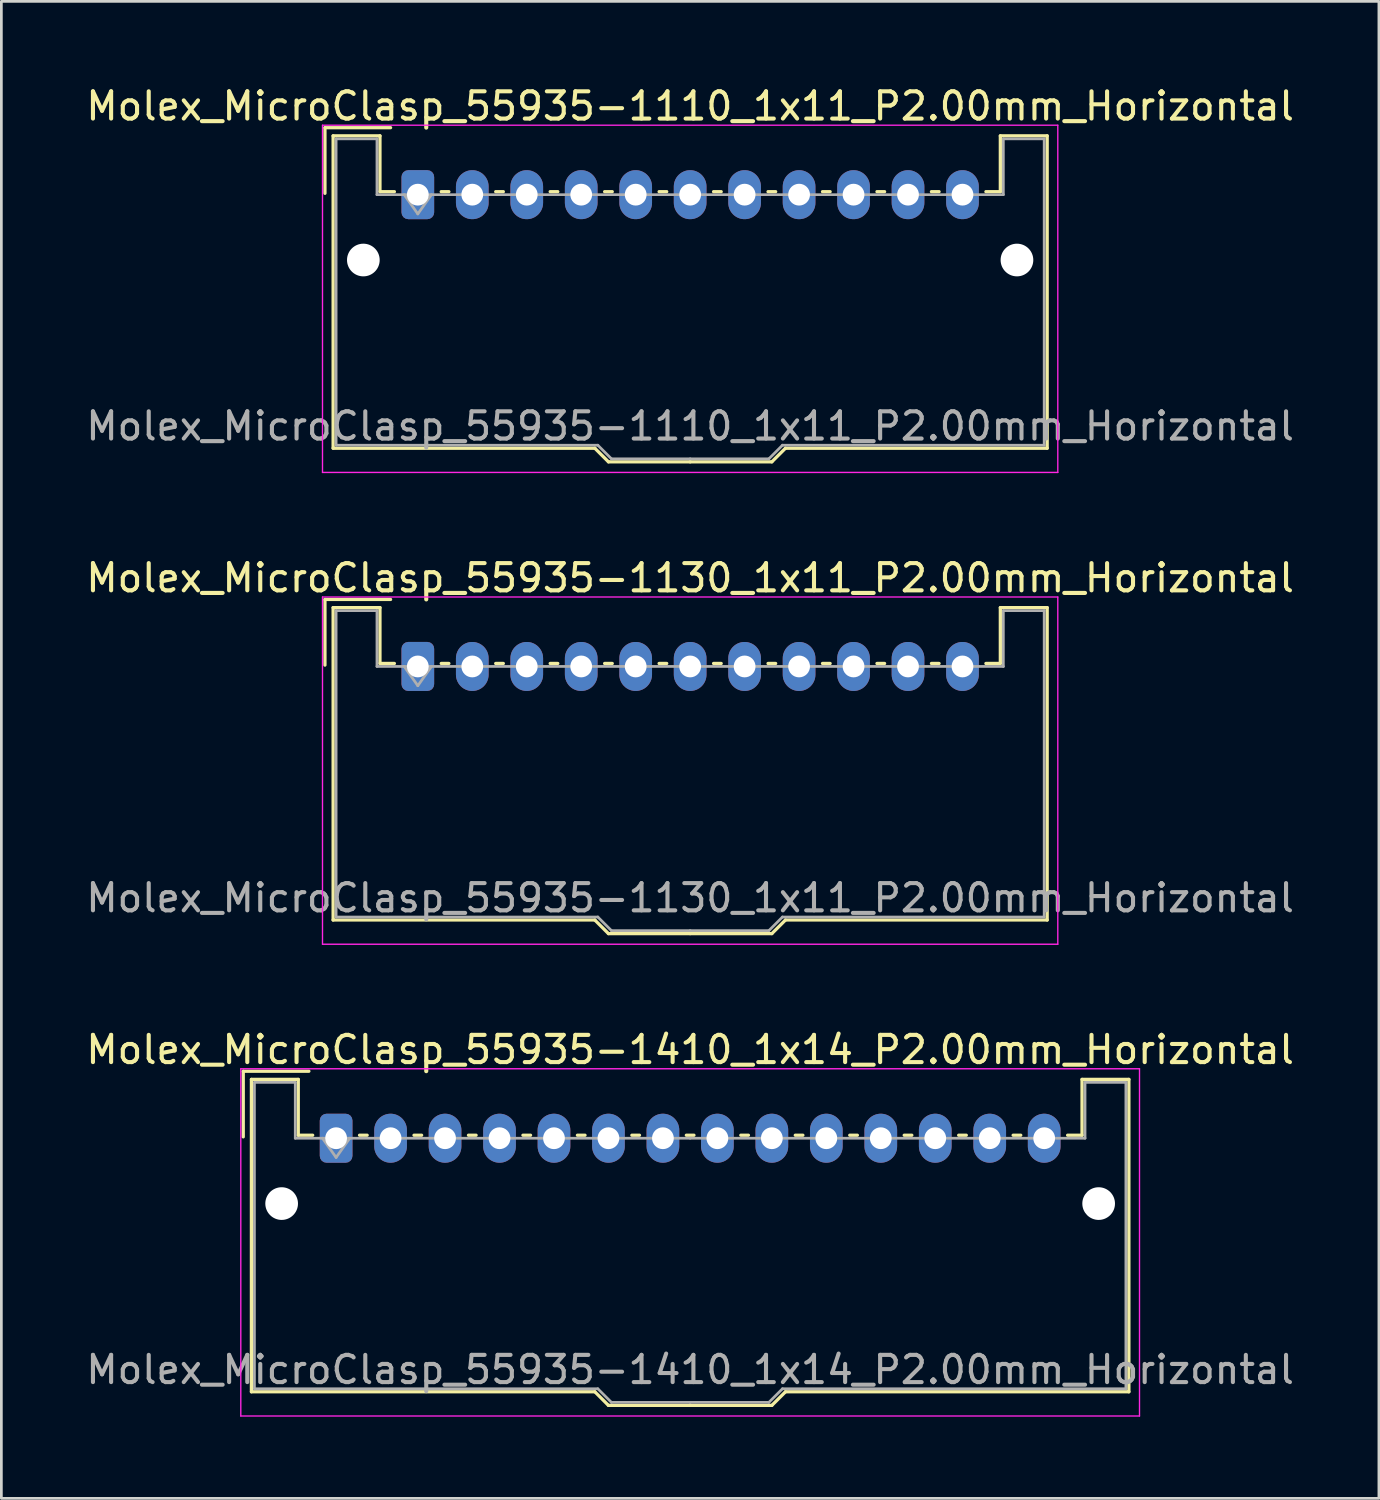
<source format=kicad_pcb>
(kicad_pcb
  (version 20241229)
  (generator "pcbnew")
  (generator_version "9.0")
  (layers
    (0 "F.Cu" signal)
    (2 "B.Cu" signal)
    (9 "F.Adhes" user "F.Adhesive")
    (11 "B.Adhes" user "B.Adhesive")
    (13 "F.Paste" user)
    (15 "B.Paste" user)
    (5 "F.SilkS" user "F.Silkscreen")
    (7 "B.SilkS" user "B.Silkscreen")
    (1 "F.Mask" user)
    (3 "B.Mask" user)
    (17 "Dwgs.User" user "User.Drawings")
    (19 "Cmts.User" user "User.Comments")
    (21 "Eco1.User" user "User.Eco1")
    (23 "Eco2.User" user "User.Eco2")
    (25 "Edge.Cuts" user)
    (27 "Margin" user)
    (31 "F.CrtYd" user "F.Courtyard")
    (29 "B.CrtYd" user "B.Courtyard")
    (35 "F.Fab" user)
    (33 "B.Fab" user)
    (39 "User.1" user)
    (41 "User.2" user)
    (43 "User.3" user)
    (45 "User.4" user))
  (footprint "Molex_MicroClasp_55935-1110_1x11_P2.00mm_Horizontal"
    (layer "F.Cu")
    (at 12.292 4.098)
    (property "Reference" "Molex_MicroClasp_55935-1110_1x11_P2.00mm_Horizontal" (at 10 -3.25 0) (layer "F.SilkS") (effects (font (size 1 1) (thickness 0.15))))
    (attr through_hole)
    (fp_line (start -3.41 -2.46) (end -1 -2.46) (stroke (width 0.12) (type solid)) (layer "F.SilkS"))
    (fp_line (start -3.41 -0.05) (end -3.41 -2.46) (stroke (width 0.12) (type solid)) (layer "F.SilkS"))
    (fp_line (start -3.11 -2.16) (end -1.39 -2.16) (stroke (width 0.12) (type solid)) (layer "F.SilkS"))
    (fp_line (start -3.11 9.31) (end -3.11 -2.16) (stroke (width 0.12) (type solid)) (layer "F.SilkS"))
    (fp_line (start -1.39 -2.16) (end -1.39 -0.11) (stroke (width 0.12) (type solid)) (layer "F.SilkS"))
    (fp_line (start -1.39 -0.11) (end -0.86 -0.11) (stroke (width 0.12) (type solid)) (layer "F.SilkS"))
    (fp_line (start 0.86 -0.11) (end 1.14 -0.11) (stroke (width 0.12) (type solid)) (layer "F.SilkS"))
    (fp_line (start 2.86 -0.11) (end 3.14 -0.11) (stroke (width 0.12) (type solid)) (layer "F.SilkS"))
    (fp_line (start 4.86 -0.11) (end 5.14 -0.11) (stroke (width 0.12) (type solid)) (layer "F.SilkS"))
    (fp_line (start 6.5 9.31) (end -3.11 9.31) (stroke (width 0.12) (type solid)) (layer "F.SilkS"))
    (fp_line (start 6.86 -0.11) (end 7.14 -0.11) (stroke (width 0.12) (type solid)) (layer "F.SilkS"))
    (fp_line (start 7 9.81) (end 6.5 9.31) (stroke (width 0.12) (type solid)) (layer "F.SilkS"))
    (fp_line (start 8.86 -0.11) (end 9.14 -0.11) (stroke (width 0.12) (type solid)) (layer "F.SilkS"))
    (fp_line (start 10 9.81) (end 7 9.81) (stroke (width 0.12) (type solid)) (layer "F.SilkS"))
    (fp_line (start 10 9.81) (end 13 9.81) (stroke (width 0.12) (type solid)) (layer "F.SilkS"))
    (fp_line (start 10.86 -0.11) (end 11.14 -0.11) (stroke (width 0.12) (type solid)) (layer "F.SilkS"))
    (fp_line (start 12.86 -0.11) (end 13.14 -0.11) (stroke (width 0.12) (type solid)) (layer "F.SilkS"))
    (fp_line (start 13 9.81) (end 13.5 9.31) (stroke (width 0.12) (type solid)) (layer "F.SilkS"))
    (fp_line (start 13.5 9.31) (end 23.11 9.31) (stroke (width 0.12) (type solid)) (layer "F.SilkS"))
    (fp_line (start 14.86 -0.11) (end 15.14 -0.11) (stroke (width 0.12) (type solid)) (layer "F.SilkS"))
    (fp_line (start 16.86 -0.11) (end 17.14 -0.11) (stroke (width 0.12) (type solid)) (layer "F.SilkS"))
    (fp_line (start 18.86 -0.11) (end 19.14 -0.11) (stroke (width 0.12) (type solid)) (layer "F.SilkS"))
    (fp_line (start 21.39 -2.16) (end 21.39 -0.11) (stroke (width 0.12) (type solid)) (layer "F.SilkS"))
    (fp_line (start 21.39 -0.11) (end 20.86 -0.11) (stroke (width 0.12) (type solid)) (layer "F.SilkS"))
    (fp_line (start 23.11 -2.16) (end 21.39 -2.16) (stroke (width 0.12) (type solid)) (layer "F.SilkS"))
    (fp_line (start 23.11 9.31) (end 23.11 -2.16) (stroke (width 0.12) (type solid)) (layer "F.SilkS"))
    (fp_line (start -3.5 -2.55) (end -3.5 10.2) (stroke (width 0.05) (type solid)) (layer "F.CrtYd"))
    (fp_line (start -3.5 10.2) (end 23.5 10.2) (stroke (width 0.05) (type solid)) (layer "F.CrtYd"))
    (fp_line (start 23.5 -2.55) (end -3.5 -2.55) (stroke (width 0.05) (type solid)) (layer "F.CrtYd"))
    (fp_line (start 23.5 10.2) (end 23.5 -2.55) (stroke (width 0.05) (type solid)) (layer "F.CrtYd"))
    (fp_line (start -3 -2.05) (end -1.5 -2.05) (stroke (width 0.1) (type solid)) (layer "F.Fab"))
    (fp_line (start -3 9.2) (end -3 -2.05) (stroke (width 0.1) (type solid)) (layer "F.Fab"))
    (fp_line (start -1.5 -2.05) (end -1.5 0) (stroke (width 0.1) (type solid)) (layer "F.Fab"))
    (fp_line (start -1.5 0) (end 10 0) (stroke (width 0.1) (type solid)) (layer "F.Fab"))
    (fp_line (start -0.5 0) (end 0 0.707) (stroke (width 0.1) (type solid)) (layer "F.Fab"))
    (fp_line (start 0 0.707) (end 0.5 0) (stroke (width 0.1) (type solid)) (layer "F.Fab"))
    (fp_line (start 6.61 9.2) (end -3 9.2) (stroke (width 0.1) (type solid)) (layer "F.Fab"))
    (fp_line (start 7.11 9.7) (end 6.61 9.2) (stroke (width 0.1) (type solid)) (layer "F.Fab"))
    (fp_line (start 10 9.7) (end 7.11 9.7) (stroke (width 0.1) (type solid)) (layer "F.Fab"))
    (fp_line (start 10 9.7) (end 12.89 9.7) (stroke (width 0.1) (type solid)) (layer "F.Fab"))
    (fp_line (start 12.89 9.7) (end 13.39 9.2) (stroke (width 0.1) (type solid)) (layer "F.Fab"))
    (fp_line (start 13.39 9.2) (end 23 9.2) (stroke (width 0.1) (type solid)) (layer "F.Fab"))
    (fp_line (start 21.5 -2.05) (end 21.5 0) (stroke (width 0.1) (type solid)) (layer "F.Fab"))
    (fp_line (start 21.5 0) (end 10 0) (stroke (width 0.1) (type solid)) (layer "F.Fab"))
    (fp_line (start 23 -2.05) (end 21.5 -2.05) (stroke (width 0.1) (type solid)) (layer "F.Fab"))
    (fp_line (start 23 9.2) (end 23 -2.05) (stroke (width 0.1) (type solid)) (layer "F.Fab"))
    (fp_text user "${REFERENCE}" (at 10 8.5 0) (layer "F.Fab") (effects (font (size 1 1) (thickness 0.15))))
    (pad "" np_thru_hole circle (at -2 2.4) (size 1.2 1.2) (drill 1.2) (layers "*.Cu" "*.Mask"))
    (pad "" np_thru_hole circle (at 22 2.4) (size 1.2 1.2) (drill 1.2) (layers "*.Cu" "*.Mask"))
    (pad "1" thru_hole roundrect (at 0 0) (size 1.2 1.8) (drill 0.8) (layers "*.Cu" "*.Mask") (roundrect_rratio 0.208))
    (pad "2" thru_hole oval (at 2 0) (size 1.2 1.8) (drill 0.8) (layers "*.Cu" "*.Mask"))
    (pad "3" thru_hole oval (at 4 0) (size 1.2 1.8) (drill 0.8) (layers "*.Cu" "*.Mask"))
    (pad "4" thru_hole oval (at 6 0) (size 1.2 1.8) (drill 0.8) (layers "*.Cu" "*.Mask"))
    (pad "5" thru_hole oval (at 8 0) (size 1.2 1.8) (drill 0.8) (layers "*.Cu" "*.Mask"))
    (pad "6" thru_hole oval (at 10 0) (size 1.2 1.8) (drill 0.8) (layers "*.Cu" "*.Mask"))
    (pad "7" thru_hole oval (at 12 0) (size 1.2 1.8) (drill 0.8) (layers "*.Cu" "*.Mask"))
    (pad "8" thru_hole oval (at 14 0) (size 1.2 1.8) (drill 0.8) (layers "*.Cu" "*.Mask"))
    (pad "9" thru_hole oval (at 16 0) (size 1.2 1.8) (drill 0.8) (layers "*.Cu" "*.Mask"))
    (pad "10" thru_hole oval (at 18 0) (size 1.2 1.8) (drill 0.8) (layers "*.Cu" "*.Mask"))
    (pad "11" thru_hole oval (at 20 0) (size 1.2 1.8) (drill 0.8) (layers "*.Cu" "*.Mask")))
  (footprint "Molex_MicroClasp_55935-1410_1x14_P2.00mm_Horizontal"
    (layer "F.Cu")
    (at 9.292 38.745)
    (property "Reference" "Molex_MicroClasp_55935-1410_1x14_P2.00mm_Horizontal" (at 13 -3.25 0) (layer "F.SilkS") (effects (font (size 1 1) (thickness 0.15))))
    (attr through_hole)
    (fp_line (start -3.41 -2.46) (end -1 -2.46) (stroke (width 0.12) (type solid)) (layer "F.SilkS"))
    (fp_line (start -3.41 -0.05) (end -3.41 -2.46) (stroke (width 0.12) (type solid)) (layer "F.SilkS"))
    (fp_line (start -3.11 -2.16) (end -1.39 -2.16) (stroke (width 0.12) (type solid)) (layer "F.SilkS"))
    (fp_line (start -3.11 9.31) (end -3.11 -2.16) (stroke (width 0.12) (type solid)) (layer "F.SilkS"))
    (fp_line (start -1.39 -2.16) (end -1.39 -0.11) (stroke (width 0.12) (type solid)) (layer "F.SilkS"))
    (fp_line (start -1.39 -0.11) (end -0.86 -0.11) (stroke (width 0.12) (type solid)) (layer "F.SilkS"))
    (fp_line (start 0.86 -0.11) (end 1.14 -0.11) (stroke (width 0.12) (type solid)) (layer "F.SilkS"))
    (fp_line (start 2.86 -0.11) (end 3.14 -0.11) (stroke (width 0.12) (type solid)) (layer "F.SilkS"))
    (fp_line (start 4.86 -0.11) (end 5.14 -0.11) (stroke (width 0.12) (type solid)) (layer "F.SilkS"))
    (fp_line (start 6.86 -0.11) (end 7.14 -0.11) (stroke (width 0.12) (type solid)) (layer "F.SilkS"))
    (fp_line (start 8.86 -0.11) (end 9.14 -0.11) (stroke (width 0.12) (type solid)) (layer "F.SilkS"))
    (fp_line (start 9.5 9.31) (end -3.11 9.31) (stroke (width 0.12) (type solid)) (layer "F.SilkS"))
    (fp_line (start 10 9.81) (end 9.5 9.31) (stroke (width 0.12) (type solid)) (layer "F.SilkS"))
    (fp_line (start 10.86 -0.11) (end 11.14 -0.11) (stroke (width 0.12) (type solid)) (layer "F.SilkS"))
    (fp_line (start 12.86 -0.11) (end 13.14 -0.11) (stroke (width 0.12) (type solid)) (layer "F.SilkS"))
    (fp_line (start 13 9.81) (end 10 9.81) (stroke (width 0.12) (type solid)) (layer "F.SilkS"))
    (fp_line (start 13 9.81) (end 16 9.81) (stroke (width 0.12) (type solid)) (layer "F.SilkS"))
    (fp_line (start 14.86 -0.11) (end 15.14 -0.11) (stroke (width 0.12) (type solid)) (layer "F.SilkS"))
    (fp_line (start 16 9.81) (end 16.5 9.31) (stroke (width 0.12) (type solid)) (layer "F.SilkS"))
    (fp_line (start 16.5 9.31) (end 29.11 9.31) (stroke (width 0.12) (type solid)) (layer "F.SilkS"))
    (fp_line (start 16.86 -0.11) (end 17.14 -0.11) (stroke (width 0.12) (type solid)) (layer "F.SilkS"))
    (fp_line (start 18.86 -0.11) (end 19.14 -0.11) (stroke (width 0.12) (type solid)) (layer "F.SilkS"))
    (fp_line (start 20.86 -0.11) (end 21.14 -0.11) (stroke (width 0.12) (type solid)) (layer "F.SilkS"))
    (fp_line (start 22.86 -0.11) (end 23.14 -0.11) (stroke (width 0.12) (type solid)) (layer "F.SilkS"))
    (fp_line (start 24.86 -0.11) (end 25.14 -0.11) (stroke (width 0.12) (type solid)) (layer "F.SilkS"))
    (fp_line (start 27.39 -2.16) (end 27.39 -0.11) (stroke (width 0.12) (type solid)) (layer "F.SilkS"))
    (fp_line (start 27.39 -0.11) (end 26.86 -0.11) (stroke (width 0.12) (type solid)) (layer "F.SilkS"))
    (fp_line (start 29.11 -2.16) (end 27.39 -2.16) (stroke (width 0.12) (type solid)) (layer "F.SilkS"))
    (fp_line (start 29.11 9.31) (end 29.11 -2.16) (stroke (width 0.12) (type solid)) (layer "F.SilkS"))
    (fp_line (start -3.5 -2.55) (end -3.5 10.2) (stroke (width 0.05) (type solid)) (layer "F.CrtYd"))
    (fp_line (start -3.5 10.2) (end 29.5 10.2) (stroke (width 0.05) (type solid)) (layer "F.CrtYd"))
    (fp_line (start 29.5 -2.55) (end -3.5 -2.55) (stroke (width 0.05) (type solid)) (layer "F.CrtYd"))
    (fp_line (start 29.5 10.2) (end 29.5 -2.55) (stroke (width 0.05) (type solid)) (layer "F.CrtYd"))
    (fp_line (start -3 -2.05) (end -1.5 -2.05) (stroke (width 0.1) (type solid)) (layer "F.Fab"))
    (fp_line (start -3 9.2) (end -3 -2.05) (stroke (width 0.1) (type solid)) (layer "F.Fab"))
    (fp_line (start -1.5 -2.05) (end -1.5 0) (stroke (width 0.1) (type solid)) (layer "F.Fab"))
    (fp_line (start -1.5 0) (end 13 0) (stroke (width 0.1) (type solid)) (layer "F.Fab"))
    (fp_line (start -0.5 0) (end 0 0.707) (stroke (width 0.1) (type solid)) (layer "F.Fab"))
    (fp_line (start 0 0.707) (end 0.5 0) (stroke (width 0.1) (type solid)) (layer "F.Fab"))
    (fp_line (start 9.61 9.2) (end -3 9.2) (stroke (width 0.1) (type solid)) (layer "F.Fab"))
    (fp_line (start 10.11 9.7) (end 9.61 9.2) (stroke (width 0.1) (type solid)) (layer "F.Fab"))
    (fp_line (start 13 9.7) (end 10.11 9.7) (stroke (width 0.1) (type solid)) (layer "F.Fab"))
    (fp_line (start 13 9.7) (end 15.89 9.7) (stroke (width 0.1) (type solid)) (layer "F.Fab"))
    (fp_line (start 15.89 9.7) (end 16.39 9.2) (stroke (width 0.1) (type solid)) (layer "F.Fab"))
    (fp_line (start 16.39 9.2) (end 29 9.2) (stroke (width 0.1) (type solid)) (layer "F.Fab"))
    (fp_line (start 27.5 -2.05) (end 27.5 0) (stroke (width 0.1) (type solid)) (layer "F.Fab"))
    (fp_line (start 27.5 0) (end 13 0) (stroke (width 0.1) (type solid)) (layer "F.Fab"))
    (fp_line (start 29 -2.05) (end 27.5 -2.05) (stroke (width 0.1) (type solid)) (layer "F.Fab"))
    (fp_line (start 29 9.2) (end 29 -2.05) (stroke (width 0.1) (type solid)) (layer "F.Fab"))
    (fp_text user "${REFERENCE}" (at 13 8.5 0) (layer "F.Fab") (effects (font (size 1 1) (thickness 0.15))))
    (pad "" np_thru_hole circle (at -2 2.4) (size 1.2 1.2) (drill 1.2) (layers "*.Cu" "*.Mask"))
    (pad "" np_thru_hole circle (at 28 2.4) (size 1.2 1.2) (drill 1.2) (layers "*.Cu" "*.Mask"))
    (pad "1" thru_hole roundrect (at 0 0) (size 1.2 1.8) (drill 0.8) (layers "*.Cu" "*.Mask") (roundrect_rratio 0.208))
    (pad "2" thru_hole oval (at 2 0) (size 1.2 1.8) (drill 0.8) (layers "*.Cu" "*.Mask"))
    (pad "3" thru_hole oval (at 4 0) (size 1.2 1.8) (drill 0.8) (layers "*.Cu" "*.Mask"))
    (pad "4" thru_hole oval (at 6 0) (size 1.2 1.8) (drill 0.8) (layers "*.Cu" "*.Mask"))
    (pad "5" thru_hole oval (at 8 0) (size 1.2 1.8) (drill 0.8) (layers "*.Cu" "*.Mask"))
    (pad "6" thru_hole oval (at 10 0) (size 1.2 1.8) (drill 0.8) (layers "*.Cu" "*.Mask"))
    (pad "7" thru_hole oval (at 12 0) (size 1.2 1.8) (drill 0.8) (layers "*.Cu" "*.Mask"))
    (pad "8" thru_hole oval (at 14 0) (size 1.2 1.8) (drill 0.8) (layers "*.Cu" "*.Mask"))
    (pad "9" thru_hole oval (at 16 0) (size 1.2 1.8) (drill 0.8) (layers "*.Cu" "*.Mask"))
    (pad "10" thru_hole oval (at 18 0) (size 1.2 1.8) (drill 0.8) (layers "*.Cu" "*.Mask"))
    (pad "11" thru_hole oval (at 20 0) (size 1.2 1.8) (drill 0.8) (layers "*.Cu" "*.Mask"))
    (pad "12" thru_hole oval (at 22 0) (size 1.2 1.8) (drill 0.8) (layers "*.Cu" "*.Mask"))
    (pad "13" thru_hole oval (at 24 0) (size 1.2 1.8) (drill 0.8) (layers "*.Cu" "*.Mask"))
    (pad "14" thru_hole oval (at 26 0) (size 1.2 1.8) (drill 0.8) (layers "*.Cu" "*.Mask")))
  (footprint "Molex_MicroClasp_55935-1130_1x11_P2.00mm_Horizontal"
    (layer "F.Cu")
    (at 12.292 21.422)
    (property "Reference" "Molex_MicroClasp_55935-1130_1x11_P2.00mm_Horizontal" (at 10 -3.25 0) (layer "F.SilkS") (effects (font (size 1 1) (thickness 0.15))))
    (attr through_hole)
    (fp_line (start -3.41 -2.46) (end -1 -2.46) (stroke (width 0.12) (type solid)) (layer "F.SilkS"))
    (fp_line (start -3.41 -0.05) (end -3.41 -2.46) (stroke (width 0.12) (type solid)) (layer "F.SilkS"))
    (fp_line (start -3.11 -2.16) (end -1.39 -2.16) (stroke (width 0.12) (type solid)) (layer "F.SilkS"))
    (fp_line (start -3.11 9.31) (end -3.11 -2.16) (stroke (width 0.12) (type solid)) (layer "F.SilkS"))
    (fp_line (start -1.39 -2.16) (end -1.39 -0.11) (stroke (width 0.12) (type solid)) (layer "F.SilkS"))
    (fp_line (start -1.39 -0.11) (end -0.86 -0.11) (stroke (width 0.12) (type solid)) (layer "F.SilkS"))
    (fp_line (start 0.86 -0.11) (end 1.14 -0.11) (stroke (width 0.12) (type solid)) (layer "F.SilkS"))
    (fp_line (start 2.86 -0.11) (end 3.14 -0.11) (stroke (width 0.12) (type solid)) (layer "F.SilkS"))
    (fp_line (start 4.86 -0.11) (end 5.14 -0.11) (stroke (width 0.12) (type solid)) (layer "F.SilkS"))
    (fp_line (start 6.5 9.31) (end -3.11 9.31) (stroke (width 0.12) (type solid)) (layer "F.SilkS"))
    (fp_line (start 6.86 -0.11) (end 7.14 -0.11) (stroke (width 0.12) (type solid)) (layer "F.SilkS"))
    (fp_line (start 7 9.81) (end 6.5 9.31) (stroke (width 0.12) (type solid)) (layer "F.SilkS"))
    (fp_line (start 8.86 -0.11) (end 9.14 -0.11) (stroke (width 0.12) (type solid)) (layer "F.SilkS"))
    (fp_line (start 10 9.81) (end 7 9.81) (stroke (width 0.12) (type solid)) (layer "F.SilkS"))
    (fp_line (start 10 9.81) (end 13 9.81) (stroke (width 0.12) (type solid)) (layer "F.SilkS"))
    (fp_line (start 10.86 -0.11) (end 11.14 -0.11) (stroke (width 0.12) (type solid)) (layer "F.SilkS"))
    (fp_line (start 12.86 -0.11) (end 13.14 -0.11) (stroke (width 0.12) (type solid)) (layer "F.SilkS"))
    (fp_line (start 13 9.81) (end 13.5 9.31) (stroke (width 0.12) (type solid)) (layer "F.SilkS"))
    (fp_line (start 13.5 9.31) (end 23.11 9.31) (stroke (width 0.12) (type solid)) (layer "F.SilkS"))
    (fp_line (start 14.86 -0.11) (end 15.14 -0.11) (stroke (width 0.12) (type solid)) (layer "F.SilkS"))
    (fp_line (start 16.86 -0.11) (end 17.14 -0.11) (stroke (width 0.12) (type solid)) (layer "F.SilkS"))
    (fp_line (start 18.86 -0.11) (end 19.14 -0.11) (stroke (width 0.12) (type solid)) (layer "F.SilkS"))
    (fp_line (start 21.39 -2.16) (end 21.39 -0.11) (stroke (width 0.12) (type solid)) (layer "F.SilkS"))
    (fp_line (start 21.39 -0.11) (end 20.86 -0.11) (stroke (width 0.12) (type solid)) (layer "F.SilkS"))
    (fp_line (start 23.11 -2.16) (end 21.39 -2.16) (stroke (width 0.12) (type solid)) (layer "F.SilkS"))
    (fp_line (start 23.11 9.31) (end 23.11 -2.16) (stroke (width 0.12) (type solid)) (layer "F.SilkS"))
    (fp_line (start -3.5 -2.55) (end -3.5 10.2) (stroke (width 0.05) (type solid)) (layer "F.CrtYd"))
    (fp_line (start -3.5 10.2) (end 23.5 10.2) (stroke (width 0.05) (type solid)) (layer "F.CrtYd"))
    (fp_line (start 23.5 -2.55) (end -3.5 -2.55) (stroke (width 0.05) (type solid)) (layer "F.CrtYd"))
    (fp_line (start 23.5 10.2) (end 23.5 -2.55) (stroke (width 0.05) (type solid)) (layer "F.CrtYd"))
    (fp_line (start -3 -2.05) (end -1.5 -2.05) (stroke (width 0.1) (type solid)) (layer "F.Fab"))
    (fp_line (start -3 9.2) (end -3 -2.05) (stroke (width 0.1) (type solid)) (layer "F.Fab"))
    (fp_line (start -1.5 -2.05) (end -1.5 0) (stroke (width 0.1) (type solid)) (layer "F.Fab"))
    (fp_line (start -1.5 0) (end 10 0) (stroke (width 0.1) (type solid)) (layer "F.Fab"))
    (fp_line (start -0.5 0) (end 0 0.707) (stroke (width 0.1) (type solid)) (layer "F.Fab"))
    (fp_line (start 0 0.707) (end 0.5 0) (stroke (width 0.1) (type solid)) (layer "F.Fab"))
    (fp_line (start 6.61 9.2) (end -3 9.2) (stroke (width 0.1) (type solid)) (layer "F.Fab"))
    (fp_line (start 7.11 9.7) (end 6.61 9.2) (stroke (width 0.1) (type solid)) (layer "F.Fab"))
    (fp_line (start 10 9.7) (end 7.11 9.7) (stroke (width 0.1) (type solid)) (layer "F.Fab"))
    (fp_line (start 10 9.7) (end 12.89 9.7) (stroke (width 0.1) (type solid)) (layer "F.Fab"))
    (fp_line (start 12.89 9.7) (end 13.39 9.2) (stroke (width 0.1) (type solid)) (layer "F.Fab"))
    (fp_line (start 13.39 9.2) (end 23 9.2) (stroke (width 0.1) (type solid)) (layer "F.Fab"))
    (fp_line (start 21.5 -2.05) (end 21.5 0) (stroke (width 0.1) (type solid)) (layer "F.Fab"))
    (fp_line (start 21.5 0) (end 10 0) (stroke (width 0.1) (type solid)) (layer "F.Fab"))
    (fp_line (start 23 -2.05) (end 21.5 -2.05) (stroke (width 0.1) (type solid)) (layer "F.Fab"))
    (fp_line (start 23 9.2) (end 23 -2.05) (stroke (width 0.1) (type solid)) (layer "F.Fab"))
    (fp_text user "${REFERENCE}" (at 10 8.5 0) (layer "F.Fab") (effects (font (size 1 1) (thickness 0.15))))
    (pad "1" thru_hole roundrect (at 0 0) (size 1.2 1.8) (drill 0.8) (layers "*.Cu" "*.Mask") (roundrect_rratio 0.208))
    (pad "2" thru_hole oval (at 2 0) (size 1.2 1.8) (drill 0.8) (layers "*.Cu" "*.Mask"))
    (pad "3" thru_hole oval (at 4 0) (size 1.2 1.8) (drill 0.8) (layers "*.Cu" "*.Mask"))
    (pad "4" thru_hole oval (at 6 0) (size 1.2 1.8) (drill 0.8) (layers "*.Cu" "*.Mask"))
    (pad "5" thru_hole oval (at 8 0) (size 1.2 1.8) (drill 0.8) (layers "*.Cu" "*.Mask"))
    (pad "6" thru_hole oval (at 10 0) (size 1.2 1.8) (drill 0.8) (layers "*.Cu" "*.Mask"))
    (pad "7" thru_hole oval (at 12 0) (size 1.2 1.8) (drill 0.8) (layers "*.Cu" "*.Mask"))
    (pad "8" thru_hole oval (at 14 0) (size 1.2 1.8) (drill 0.8) (layers "*.Cu" "*.Mask"))
    (pad "9" thru_hole oval (at 16 0) (size 1.2 1.8) (drill 0.8) (layers "*.Cu" "*.Mask"))
    (pad "10" thru_hole oval (at 18 0) (size 1.2 1.8) (drill 0.8) (layers "*.Cu" "*.Mask"))
    (pad "11" thru_hole oval (at 20 0) (size 1.2 1.8) (drill 0.8) (layers "*.Cu" "*.Mask")))
  (gr_rect
    (start -3 -3)
    (end 47.583 51.97)
    (stroke (width 0.1) (type default))
    (fill no)
    (layer "Edge.Cuts")))
</source>
